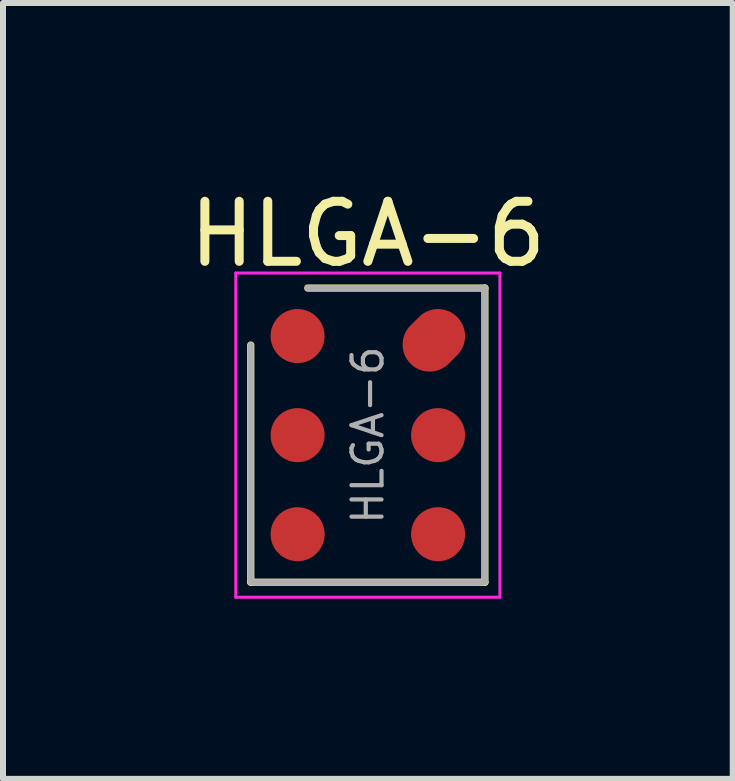
<source format=kicad_pcb>
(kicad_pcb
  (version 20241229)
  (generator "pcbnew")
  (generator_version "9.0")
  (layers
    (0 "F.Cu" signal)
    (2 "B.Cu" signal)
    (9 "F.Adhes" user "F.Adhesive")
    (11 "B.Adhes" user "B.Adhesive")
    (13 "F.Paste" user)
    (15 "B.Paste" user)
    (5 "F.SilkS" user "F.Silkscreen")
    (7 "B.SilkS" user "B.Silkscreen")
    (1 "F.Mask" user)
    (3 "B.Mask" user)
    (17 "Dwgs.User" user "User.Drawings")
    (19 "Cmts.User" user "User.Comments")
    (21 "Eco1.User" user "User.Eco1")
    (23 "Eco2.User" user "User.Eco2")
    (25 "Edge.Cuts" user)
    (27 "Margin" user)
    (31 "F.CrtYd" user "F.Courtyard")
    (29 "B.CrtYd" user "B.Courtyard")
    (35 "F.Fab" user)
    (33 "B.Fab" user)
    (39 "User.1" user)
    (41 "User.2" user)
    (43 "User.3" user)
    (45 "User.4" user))
  (footprint "HLGA-6"
    (layer "F.Cu")
    (at 3.077 4.198)
    (property "Reference" "HLGA-6" (at 0 -3.35 0) (layer "F.SilkS") (effects (font (size 1 1) (thickness 0.15))))
    (attr smd)
    (fp_line (start -1.95 2.45) (end -1.95 -1.5) (stroke (width 0.12) (type solid)) (layer "F.SilkS"))
    (fp_line (start -1 -2.45) (end 1.95 -2.45) (stroke (width 0.12) (type solid)) (layer "F.SilkS"))
    (fp_line (start 1.95 -2.45) (end 1.95 2.45) (stroke (width 0.12) (type solid)) (layer "F.SilkS"))
    (fp_line (start 1.95 2.45) (end -1.95 2.45) (stroke (width 0.12) (type solid)) (layer "F.SilkS"))
    (fp_line (start -2.2 -2.7) (end 2.2 -2.7) (stroke (width 0.05) (type solid)) (layer "F.CrtYd"))
    (fp_line (start -2.2 2.7) (end -2.2 -2.7) (stroke (width 0.05) (type solid)) (layer "F.CrtYd"))
    (fp_line (start 2.2 -2.7) (end 2.2 2.7) (stroke (width 0.05) (type solid)) (layer "F.CrtYd"))
    (fp_line (start 2.2 2.7) (end -2.2 2.7) (stroke (width 0.05) (type solid)) (layer "F.CrtYd"))
    (fp_line (start -1.95 2.45) (end -1.95 -1.5) (stroke (width 0.1) (type solid)) (layer "F.Fab"))
    (fp_line (start -1 -2.45) (end 1.95 -2.45) (stroke (width 0.1) (type solid)) (layer "F.Fab"))
    (fp_line (start 1.95 -2.45) (end 1.95 2.45) (stroke (width 0.1) (type solid)) (layer "F.Fab"))
    (fp_line (start 1.95 2.45) (end -1.95 2.45) (stroke (width 0.1) (type solid)) (layer "F.Fab"))
    (fp_text user "${REFERENCE}" (at 0 0 90) (layer "F.Fab") (effects (font (size 0.5 0.5) (thickness 0.07))))
    (pad "1" smd circle (at -1.17 -1.65) (size 0.9 0.9) (layers "F.Cu" "F.Mask" "F.Paste"))
    (pad "2" smd circle (at -1.17 0) (size 0.9 0.9) (layers "F.Cu" "F.Mask" "F.Paste"))
    (pad "3" smd circle (at -1.17 1.65) (size 0.9 0.9) (layers "F.Cu" "F.Mask" "F.Paste"))
    (pad "4" smd circle (at 1.17 1.65) (size 0.9 0.9) (layers "F.Cu" "F.Mask" "F.Paste"))
    (pad "5" smd circle (at 1.17 0) (size 0.9 0.9) (layers "F.Cu" "F.Mask" "F.Paste"))
    (pad "6" smd oval (at 1.17 -1.65 315) (size 0.9 1.1) (drill (offset 0 0.1)) (layers "F.Cu" "F.Mask" "F.Paste")))
  (gr_rect
    (start -3 -3)
    (end 9.155 9.923)
    (stroke (width 0.1) (type default))
    (fill no)
    (layer "Edge.Cuts")))
</source>
